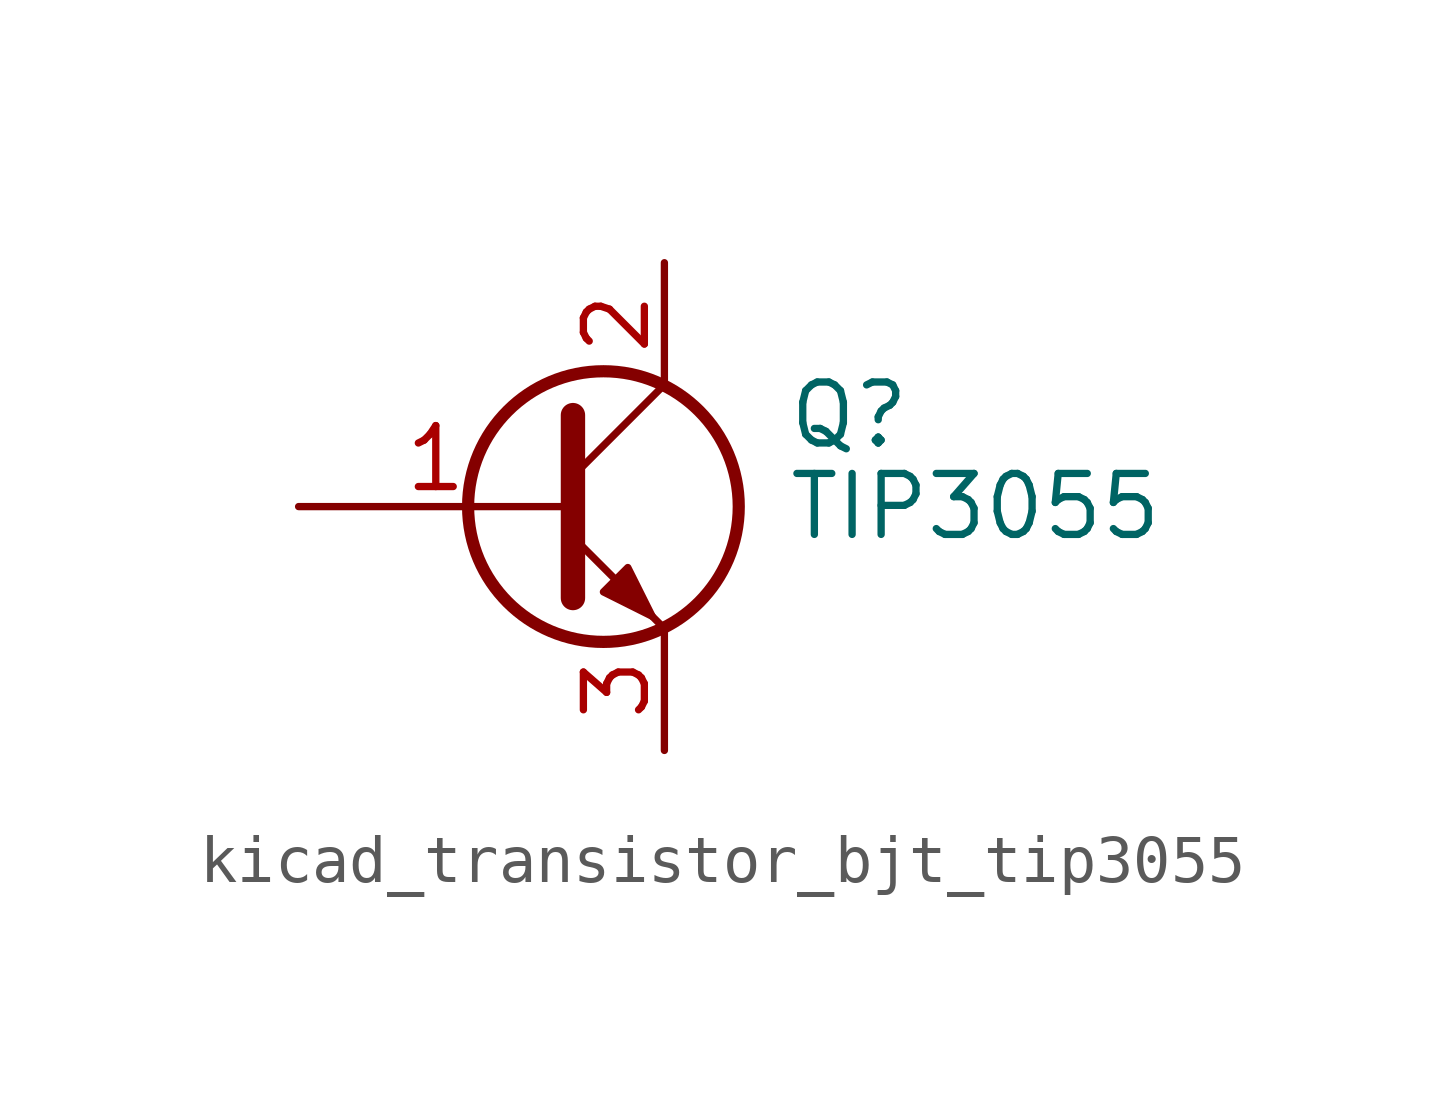
<source format=kicad_sym>
(kicad_symbol_lib
  (version 20220914)
  (generator kicad_symbol_editor)
  (symbol "kicad_transistor_bjt_tip3055"
    (pin_names
      (offset 0) hide)
    (property "Reference" "Q"
      (at 5.08 1.905 0)
      (effects (font (size 1.27 1.27)) (justify left)))
    (property "Value" "TIP3055"
      (at 5.08 0 0)
      (effects (font (size 1.27 1.27)) (justify left)))
    (symbol "kicad_transistor_bjt_tip3055_0_1"
      (polyline (pts (xy 0.635 0.635) (xy 2.54 2.54)) (stroke (width 0) (type default)) (fill (type none)))
      (polyline (pts (xy 0.635 -0.635) (xy 2.54 -2.54) (xy 2.54 -2.54)) (stroke (width 0) (type default)) (fill (type none)))
      (polyline (pts (xy 0.635 1.905) (xy 0.635 -1.905) (xy 0.635 -1.905)) (stroke (width 0.508) (type default)) (fill (type none)))
      (polyline (pts (xy 1.27 -1.778) (xy 1.778 -1.27) (xy 2.286 -2.286) (xy 1.27 -1.778) (xy 1.27 -1.778)) (stroke (width 0) (type default)) (fill (type outline)))
      (circle (center 1.27 0) (radius 2.819) (stroke (width 0.254) (type default)) (fill (type none))))
    (symbol "kicad_transistor_bjt_tip3055_1_1"
      (pin input line (at -5.08 0 0) (length 5.715) (name "B" (effects (font (size 1.27 1.27)))) (number "1" (effects (font (size 1.27 1.27)))))
      (pin passive line (at 2.54 5.08 270) (length 2.54) (name "C" (effects (font (size 1.27 1.27)))) (number "2" (effects (font (size 1.27 1.27)))))
      (pin passive line (at 2.54 -5.08 90) (length 2.54) (name "E" (effects (font (size 1.27 1.27)))) (number "3" (effects (font (size 1.27 1.27))))))))
</source>
